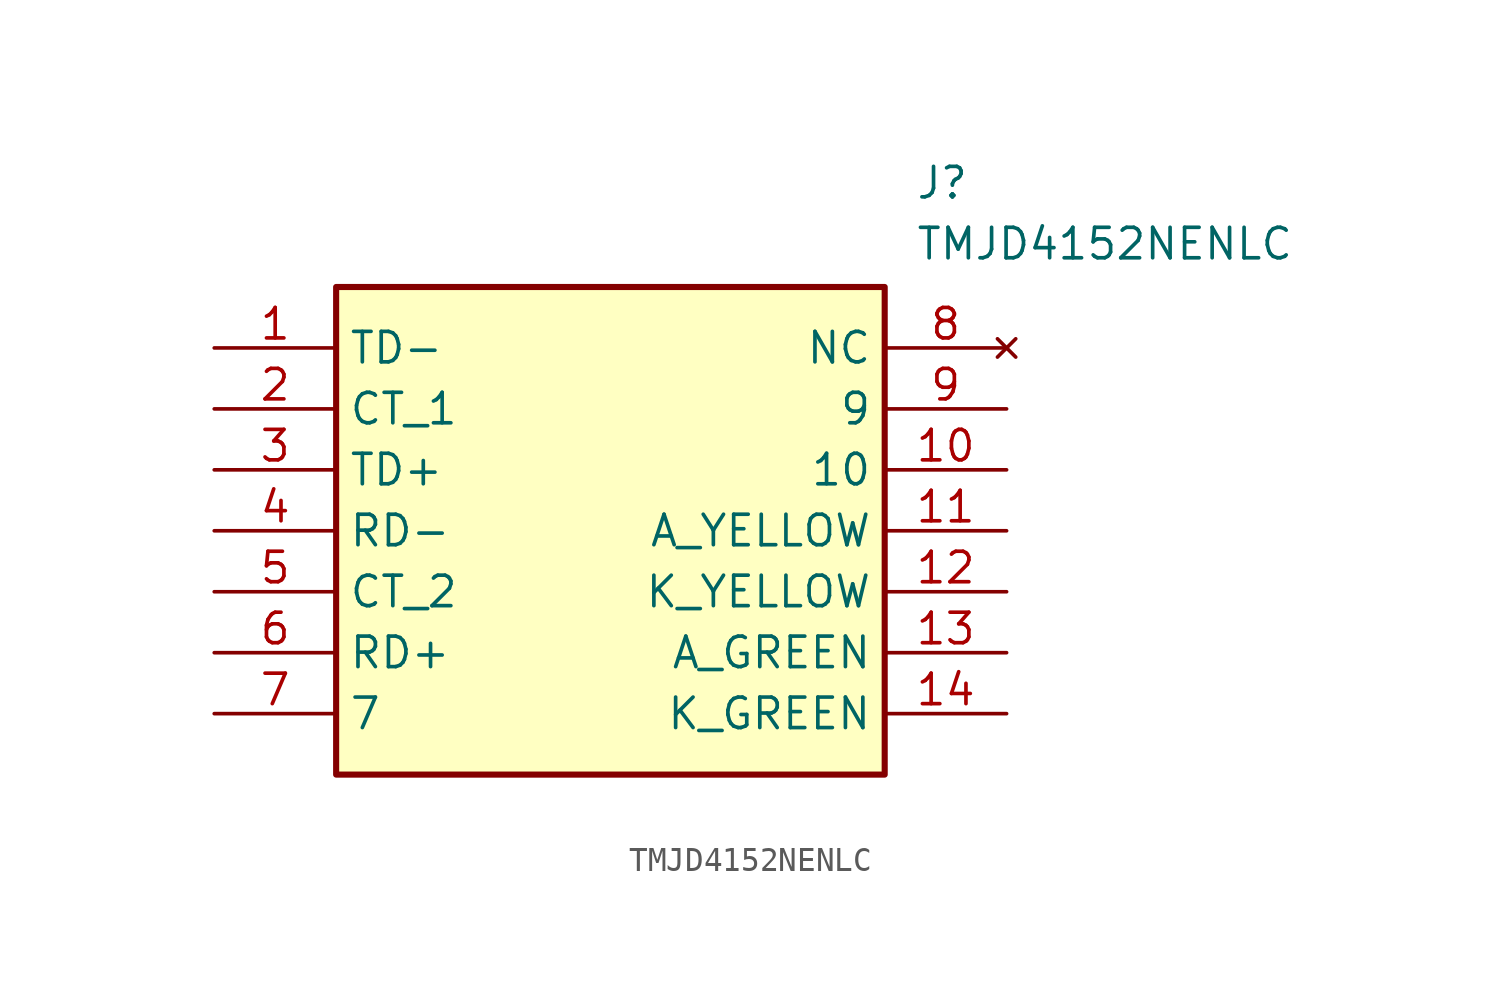
<source format=kicad_sym>
(kicad_symbol_lib
  (version 20211014)
  (generator SamacSys_ECAD_Model)
  (symbol "TMJD4152NENLC"
    (property "Reference" "J"
      (at 29.21 7.62 0)
      (effects (font (size 1.27 1.27)) (justify left top)))
    (property "Value" "TMJD4152NENLC"
      (at 29.21 5.08 0)
      (effects (font (size 1.27 1.27)) (justify left top)))
    (rectangle
      (start 5.08 2.54)
      (end 27.94 -17.78)
      (stroke (width 0.254) (type default))
      (fill (type background)))
    (pin passive line
      (at 0 0 0)
      (length 5.08)
      (name "TD-" (effects (font (size 1.27 1.27))))
      (number "1" (effects (font (size 1.27 1.27)))))
    (pin passive line
      (at 0 -2.54 0)
      (length 5.08)
      (name "CT_1" (effects (font (size 1.27 1.27))))
      (number "2" (effects (font (size 1.27 1.27)))))
    (pin passive line
      (at 0 -5.08 0)
      (length 5.08)
      (name "TD+" (effects (font (size 1.27 1.27))))
      (number "3" (effects (font (size 1.27 1.27)))))
    (pin passive line
      (at 0 -7.62 0)
      (length 5.08)
      (name "RD-" (effects (font (size 1.27 1.27))))
      (number "4" (effects (font (size 1.27 1.27)))))
    (pin passive line
      (at 0 -10.16 0)
      (length 5.08)
      (name "CT_2" (effects (font (size 1.27 1.27))))
      (number "5" (effects (font (size 1.27 1.27)))))
    (pin passive line
      (at 0 -12.7 0)
      (length 5.08)
      (name "RD+" (effects (font (size 1.27 1.27))))
      (number "6" (effects (font (size 1.27 1.27)))))
    (pin passive line
      (at 0 -15.24 0)
      (length 5.08)
      (name "7" (effects (font (size 1.27 1.27))))
      (number "7" (effects (font (size 1.27 1.27)))))
    (pin no_connect line
      (at 33.02 0 180)
      (length 5.08)
      (name "NC" (effects (font (size 1.27 1.27))))
      (number "8" (effects (font (size 1.27 1.27)))))
    (pin passive line
      (at 33.02 -2.54 180)
      (length 5.08)
      (name "9" (effects (font (size 1.27 1.27))))
      (number "9" (effects (font (size 1.27 1.27)))))
    (pin passive line
      (at 33.02 -5.08 180)
      (length 5.08)
      (name "10" (effects (font (size 1.27 1.27))))
      (number "10" (effects (font (size 1.27 1.27)))))
    (pin passive line
      (at 33.02 -7.62 180)
      (length 5.08)
      (name "A_YELLOW" (effects (font (size 1.27 1.27))))
      (number "11" (effects (font (size 1.27 1.27)))))
    (pin passive line
      (at 33.02 -10.16 180)
      (length 5.08)
      (name "K_YELLOW" (effects (font (size 1.27 1.27))))
      (number "12" (effects (font (size 1.27 1.27)))))
    (pin passive line
      (at 33.02 -12.7 180)
      (length 5.08)
      (name "A_GREEN" (effects (font (size 1.27 1.27))))
      (number "13" (effects (font (size 1.27 1.27)))))
    (pin passive line
      (at 33.02 -15.24 180)
      (length 5.08)
      (name "K_GREEN" (effects (font (size 1.27 1.27))))
      (number "14" (effects (font (size 1.27 1.27)))))))
</source>
